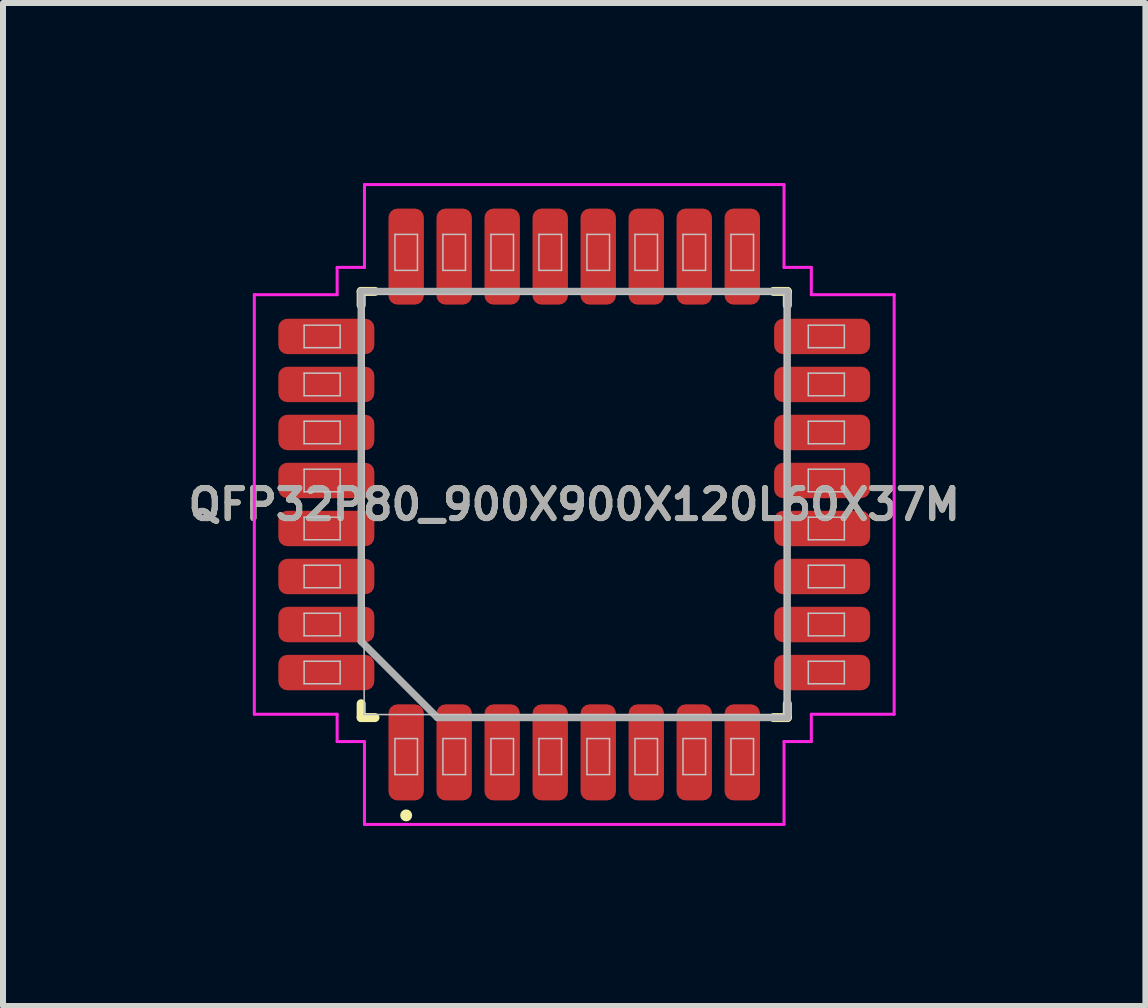
<source format=kicad_pcb>
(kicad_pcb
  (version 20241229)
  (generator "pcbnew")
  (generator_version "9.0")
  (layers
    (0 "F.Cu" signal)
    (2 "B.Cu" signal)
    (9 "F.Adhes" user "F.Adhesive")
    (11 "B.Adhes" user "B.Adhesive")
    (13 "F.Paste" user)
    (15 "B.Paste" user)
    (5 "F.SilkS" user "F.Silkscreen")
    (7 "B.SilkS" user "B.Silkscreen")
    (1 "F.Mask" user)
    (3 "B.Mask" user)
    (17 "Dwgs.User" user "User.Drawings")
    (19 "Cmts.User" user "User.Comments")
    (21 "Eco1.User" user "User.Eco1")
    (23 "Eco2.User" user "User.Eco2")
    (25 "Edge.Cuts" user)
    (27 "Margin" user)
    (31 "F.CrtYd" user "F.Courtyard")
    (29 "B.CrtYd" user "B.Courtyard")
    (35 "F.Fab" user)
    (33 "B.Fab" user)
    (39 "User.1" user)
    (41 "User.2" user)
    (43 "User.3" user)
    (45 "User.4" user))
  (footprint "QFP32P80_900X900X120L60X37M"
    (layer "F.Cu")
    (at 6.517 5.355)
    (property "Reference" "QFP32P80_900X900X120L60X37M" (at 0 0 0) (layer "F.SilkS") (effects (font (size 0.5 0.5) (thickness 0.1))))
    (attr smd)
    (fp_line (start -3.55 -3.55) (end -3.55 -3.32) (stroke (width 0.15) (type solid)) (layer "F.SilkS"))
    (fp_line (start -3.55 3.55) (end -3.55 3.32) (stroke (width 0.15) (type solid)) (layer "F.SilkS"))
    (fp_line (start -3.32 -3.55) (end -3.55 -3.55) (stroke (width 0.15) (type solid)) (layer "F.SilkS"))
    (fp_line (start -3.32 3.55) (end -3.55 3.55) (stroke (width 0.15) (type solid)) (layer "F.SilkS"))
    (fp_line (start 3.32 -3.55) (end 3.55 -3.55) (stroke (width 0.15) (type solid)) (layer "F.SilkS"))
    (fp_line (start 3.32 3.55) (end 3.55 3.55) (stroke (width 0.15) (type solid)) (layer "F.SilkS"))
    (fp_line (start 3.55 -3.55) (end 3.55 -3.32) (stroke (width 0.15) (type solid)) (layer "F.SilkS"))
    (fp_line (start 3.55 3.55) (end 3.55 3.32) (stroke (width 0.15) (type solid)) (layer "F.SilkS"))
    (fp_circle (center -2.8 5.18) (end -2.8 5.23) (stroke (width 0.1) (type solid)) (fill no) (layer "F.SilkS"))
    (fp_line (start -4.5 -2.987) (end -3.9 -2.987) (stroke (width 0.025) (type solid)) (layer "Dwgs.User"))
    (fp_line (start -4.5 -2.612) (end -4.5 -2.987) (stroke (width 0.025) (type solid)) (layer "Dwgs.User"))
    (fp_line (start -4.5 -2.188) (end -3.9 -2.188) (stroke (width 0.025) (type solid)) (layer "Dwgs.User"))
    (fp_line (start -4.5 -1.812) (end -4.5 -2.188) (stroke (width 0.025) (type solid)) (layer "Dwgs.User"))
    (fp_line (start -4.5 -1.387) (end -3.9 -1.387) (stroke (width 0.025) (type solid)) (layer "Dwgs.User"))
    (fp_line (start -4.5 -1.012) (end -4.5 -1.387) (stroke (width 0.025) (type solid)) (layer "Dwgs.User"))
    (fp_line (start -4.5 -0.588) (end -3.9 -0.588) (stroke (width 0.025) (type solid)) (layer "Dwgs.User"))
    (fp_line (start -4.5 -0.212) (end -4.5 -0.588) (stroke (width 0.025) (type solid)) (layer "Dwgs.User"))
    (fp_line (start -4.5 0.212) (end -3.9 0.212) (stroke (width 0.025) (type solid)) (layer "Dwgs.User"))
    (fp_line (start -4.5 0.588) (end -4.5 0.212) (stroke (width 0.025) (type solid)) (layer "Dwgs.User"))
    (fp_line (start -4.5 1.012) (end -3.9 1.012) (stroke (width 0.025) (type solid)) (layer "Dwgs.User"))
    (fp_line (start -4.5 1.387) (end -4.5 1.012) (stroke (width 0.025) (type solid)) (layer "Dwgs.User"))
    (fp_line (start -4.5 1.812) (end -3.9 1.812) (stroke (width 0.025) (type solid)) (layer "Dwgs.User"))
    (fp_line (start -4.5 2.188) (end -4.5 1.812) (stroke (width 0.025) (type solid)) (layer "Dwgs.User"))
    (fp_line (start -4.5 2.612) (end -3.9 2.612) (stroke (width 0.025) (type solid)) (layer "Dwgs.User"))
    (fp_line (start -4.5 2.987) (end -4.5 2.612) (stroke (width 0.025) (type solid)) (layer "Dwgs.User"))
    (fp_line (start -3.9 -2.987) (end -3.9 -2.612) (stroke (width 0.025) (type solid)) (layer "Dwgs.User"))
    (fp_line (start -3.9 -2.612) (end -4.5 -2.612) (stroke (width 0.025) (type solid)) (layer "Dwgs.User"))
    (fp_line (start -3.9 -2.188) (end -3.9 -1.812) (stroke (width 0.025) (type solid)) (layer "Dwgs.User"))
    (fp_line (start -3.9 -1.812) (end -4.5 -1.812) (stroke (width 0.025) (type solid)) (layer "Dwgs.User"))
    (fp_line (start -3.9 -1.387) (end -3.9 -1.012) (stroke (width 0.025) (type solid)) (layer "Dwgs.User"))
    (fp_line (start -3.9 -1.012) (end -4.5 -1.012) (stroke (width 0.025) (type solid)) (layer "Dwgs.User"))
    (fp_line (start -3.9 -0.588) (end -3.9 -0.212) (stroke (width 0.025) (type solid)) (layer "Dwgs.User"))
    (fp_line (start -3.9 -0.212) (end -4.5 -0.212) (stroke (width 0.025) (type solid)) (layer "Dwgs.User"))
    (fp_line (start -3.9 0.212) (end -3.9 0.588) (stroke (width 0.025) (type solid)) (layer "Dwgs.User"))
    (fp_line (start -3.9 0.588) (end -4.5 0.588) (stroke (width 0.025) (type solid)) (layer "Dwgs.User"))
    (fp_line (start -3.9 1.012) (end -3.9 1.387) (stroke (width 0.025) (type solid)) (layer "Dwgs.User"))
    (fp_line (start -3.9 1.387) (end -4.5 1.387) (stroke (width 0.025) (type solid)) (layer "Dwgs.User"))
    (fp_line (start -3.9 1.812) (end -3.9 2.188) (stroke (width 0.025) (type solid)) (layer "Dwgs.User"))
    (fp_line (start -3.9 2.188) (end -4.5 2.188) (stroke (width 0.025) (type solid)) (layer "Dwgs.User"))
    (fp_line (start -3.9 2.612) (end -3.9 2.987) (stroke (width 0.025) (type solid)) (layer "Dwgs.User"))
    (fp_line (start -3.9 2.987) (end -4.5 2.987) (stroke (width 0.025) (type solid)) (layer "Dwgs.User"))
    (fp_line (start -3.5 -3.5) (end 3.5 -3.5) (stroke (width 0.025) (type solid)) (layer "Dwgs.User"))
    (fp_line (start -3.5 3.5) (end -3.5 -3.5) (stroke (width 0.025) (type solid)) (layer "Dwgs.User"))
    (fp_line (start -2.987 -4.5) (end -2.612 -4.5) (stroke (width 0.025) (type solid)) (layer "Dwgs.User"))
    (fp_line (start -2.987 -3.9) (end -2.987 -4.5) (stroke (width 0.025) (type solid)) (layer "Dwgs.User"))
    (fp_line (start -2.987 3.9) (end -2.612 3.9) (stroke (width 0.025) (type solid)) (layer "Dwgs.User"))
    (fp_line (start -2.987 4.5) (end -2.987 3.9) (stroke (width 0.025) (type solid)) (layer "Dwgs.User"))
    (fp_line (start -2.612 -4.5) (end -2.612 -3.9) (stroke (width 0.025) (type solid)) (layer "Dwgs.User"))
    (fp_line (start -2.612 -3.9) (end -2.987 -3.9) (stroke (width 0.025) (type solid)) (layer "Dwgs.User"))
    (fp_line (start -2.612 3.9) (end -2.612 4.5) (stroke (width 0.025) (type solid)) (layer "Dwgs.User"))
    (fp_line (start -2.612 4.5) (end -2.987 4.5) (stroke (width 0.025) (type solid)) (layer "Dwgs.User"))
    (fp_line (start -2.188 -4.5) (end -1.812 -4.5) (stroke (width 0.025) (type solid)) (layer "Dwgs.User"))
    (fp_line (start -2.188 -3.9) (end -2.188 -4.5) (stroke (width 0.025) (type solid)) (layer "Dwgs.User"))
    (fp_line (start -2.188 3.9) (end -1.812 3.9) (stroke (width 0.025) (type solid)) (layer "Dwgs.User"))
    (fp_line (start -2.188 4.5) (end -2.188 3.9) (stroke (width 0.025) (type solid)) (layer "Dwgs.User"))
    (fp_line (start -1.812 -4.5) (end -1.812 -3.9) (stroke (width 0.025) (type solid)) (layer "Dwgs.User"))
    (fp_line (start -1.812 -3.9) (end -2.188 -3.9) (stroke (width 0.025) (type solid)) (layer "Dwgs.User"))
    (fp_line (start -1.812 3.9) (end -1.812 4.5) (stroke (width 0.025) (type solid)) (layer "Dwgs.User"))
    (fp_line (start -1.812 4.5) (end -2.188 4.5) (stroke (width 0.025) (type solid)) (layer "Dwgs.User"))
    (fp_line (start -1.387 -4.5) (end -1.012 -4.5) (stroke (width 0.025) (type solid)) (layer "Dwgs.User"))
    (fp_line (start -1.387 -3.9) (end -1.387 -4.5) (stroke (width 0.025) (type solid)) (layer "Dwgs.User"))
    (fp_line (start -1.387 3.9) (end -1.012 3.9) (stroke (width 0.025) (type solid)) (layer "Dwgs.User"))
    (fp_line (start -1.387 4.5) (end -1.387 3.9) (stroke (width 0.025) (type solid)) (layer "Dwgs.User"))
    (fp_line (start -1.012 -4.5) (end -1.012 -3.9) (stroke (width 0.025) (type solid)) (layer "Dwgs.User"))
    (fp_line (start -1.012 -3.9) (end -1.387 -3.9) (stroke (width 0.025) (type solid)) (layer "Dwgs.User"))
    (fp_line (start -1.012 3.9) (end -1.012 4.5) (stroke (width 0.025) (type solid)) (layer "Dwgs.User"))
    (fp_line (start -1.012 4.5) (end -1.387 4.5) (stroke (width 0.025) (type solid)) (layer "Dwgs.User"))
    (fp_line (start -0.588 -4.5) (end -0.212 -4.5) (stroke (width 0.025) (type solid)) (layer "Dwgs.User"))
    (fp_line (start -0.588 -3.9) (end -0.588 -4.5) (stroke (width 0.025) (type solid)) (layer "Dwgs.User"))
    (fp_line (start -0.588 3.9) (end -0.212 3.9) (stroke (width 0.025) (type solid)) (layer "Dwgs.User"))
    (fp_line (start -0.588 4.5) (end -0.588 3.9) (stroke (width 0.025) (type solid)) (layer "Dwgs.User"))
    (fp_line (start -0.212 -4.5) (end -0.212 -3.9) (stroke (width 0.025) (type solid)) (layer "Dwgs.User"))
    (fp_line (start -0.212 -3.9) (end -0.588 -3.9) (stroke (width 0.025) (type solid)) (layer "Dwgs.User"))
    (fp_line (start -0.212 3.9) (end -0.212 4.5) (stroke (width 0.025) (type solid)) (layer "Dwgs.User"))
    (fp_line (start -0.212 4.5) (end -0.588 4.5) (stroke (width 0.025) (type solid)) (layer "Dwgs.User"))
    (fp_line (start 0.212 -4.5) (end 0.588 -4.5) (stroke (width 0.025) (type solid)) (layer "Dwgs.User"))
    (fp_line (start 0.212 -3.9) (end 0.212 -4.5) (stroke (width 0.025) (type solid)) (layer "Dwgs.User"))
    (fp_line (start 0.212 3.9) (end 0.588 3.9) (stroke (width 0.025) (type solid)) (layer "Dwgs.User"))
    (fp_line (start 0.212 4.5) (end 0.212 3.9) (stroke (width 0.025) (type solid)) (layer "Dwgs.User"))
    (fp_line (start 0.588 -4.5) (end 0.588 -3.9) (stroke (width 0.025) (type solid)) (layer "Dwgs.User"))
    (fp_line (start 0.588 -3.9) (end 0.212 -3.9) (stroke (width 0.025) (type solid)) (layer "Dwgs.User"))
    (fp_line (start 0.588 3.9) (end 0.588 4.5) (stroke (width 0.025) (type solid)) (layer "Dwgs.User"))
    (fp_line (start 0.588 4.5) (end 0.212 4.5) (stroke (width 0.025) (type solid)) (layer "Dwgs.User"))
    (fp_line (start 1.012 -4.5) (end 1.387 -4.5) (stroke (width 0.025) (type solid)) (layer "Dwgs.User"))
    (fp_line (start 1.012 -3.9) (end 1.012 -4.5) (stroke (width 0.025) (type solid)) (layer "Dwgs.User"))
    (fp_line (start 1.012 3.9) (end 1.387 3.9) (stroke (width 0.025) (type solid)) (layer "Dwgs.User"))
    (fp_line (start 1.012 4.5) (end 1.012 3.9) (stroke (width 0.025) (type solid)) (layer "Dwgs.User"))
    (fp_line (start 1.387 -4.5) (end 1.387 -3.9) (stroke (width 0.025) (type solid)) (layer "Dwgs.User"))
    (fp_line (start 1.387 -3.9) (end 1.012 -3.9) (stroke (width 0.025) (type solid)) (layer "Dwgs.User"))
    (fp_line (start 1.387 3.9) (end 1.387 4.5) (stroke (width 0.025) (type solid)) (layer "Dwgs.User"))
    (fp_line (start 1.387 4.5) (end 1.012 4.5) (stroke (width 0.025) (type solid)) (layer "Dwgs.User"))
    (fp_line (start 1.812 -4.5) (end 2.188 -4.5) (stroke (width 0.025) (type solid)) (layer "Dwgs.User"))
    (fp_line (start 1.812 -3.9) (end 1.812 -4.5) (stroke (width 0.025) (type solid)) (layer "Dwgs.User"))
    (fp_line (start 1.812 3.9) (end 2.188 3.9) (stroke (width 0.025) (type solid)) (layer "Dwgs.User"))
    (fp_line (start 1.812 4.5) (end 1.812 3.9) (stroke (width 0.025) (type solid)) (layer "Dwgs.User"))
    (fp_line (start 2.188 -4.5) (end 2.188 -3.9) (stroke (width 0.025) (type solid)) (layer "Dwgs.User"))
    (fp_line (start 2.188 -3.9) (end 1.812 -3.9) (stroke (width 0.025) (type solid)) (layer "Dwgs.User"))
    (fp_line (start 2.188 3.9) (end 2.188 4.5) (stroke (width 0.025) (type solid)) (layer "Dwgs.User"))
    (fp_line (start 2.188 4.5) (end 1.812 4.5) (stroke (width 0.025) (type solid)) (layer "Dwgs.User"))
    (fp_line (start 2.612 -4.5) (end 2.987 -4.5) (stroke (width 0.025) (type solid)) (layer "Dwgs.User"))
    (fp_line (start 2.612 -3.9) (end 2.612 -4.5) (stroke (width 0.025) (type solid)) (layer "Dwgs.User"))
    (fp_line (start 2.612 3.9) (end 2.987 3.9) (stroke (width 0.025) (type solid)) (layer "Dwgs.User"))
    (fp_line (start 2.612 4.5) (end 2.612 3.9) (stroke (width 0.025) (type solid)) (layer "Dwgs.User"))
    (fp_line (start 2.987 -4.5) (end 2.987 -3.9) (stroke (width 0.025) (type solid)) (layer "Dwgs.User"))
    (fp_line (start 2.987 -3.9) (end 2.612 -3.9) (stroke (width 0.025) (type solid)) (layer "Dwgs.User"))
    (fp_line (start 2.987 3.9) (end 2.987 4.5) (stroke (width 0.025) (type solid)) (layer "Dwgs.User"))
    (fp_line (start 2.987 4.5) (end 2.612 4.5) (stroke (width 0.025) (type solid)) (layer "Dwgs.User"))
    (fp_line (start 3.5 -3.5) (end 3.5 3.5) (stroke (width 0.025) (type solid)) (layer "Dwgs.User"))
    (fp_line (start 3.5 3.5) (end -3.5 3.5) (stroke (width 0.025) (type solid)) (layer "Dwgs.User"))
    (fp_line (start 3.9 -2.987) (end 4.5 -2.987) (stroke (width 0.025) (type solid)) (layer "Dwgs.User"))
    (fp_line (start 3.9 -2.612) (end 3.9 -2.987) (stroke (width 0.025) (type solid)) (layer "Dwgs.User"))
    (fp_line (start 3.9 -2.188) (end 4.5 -2.188) (stroke (width 0.025) (type solid)) (layer "Dwgs.User"))
    (fp_line (start 3.9 -1.812) (end 3.9 -2.188) (stroke (width 0.025) (type solid)) (layer "Dwgs.User"))
    (fp_line (start 3.9 -1.387) (end 4.5 -1.387) (stroke (width 0.025) (type solid)) (layer "Dwgs.User"))
    (fp_line (start 3.9 -1.012) (end 3.9 -1.387) (stroke (width 0.025) (type solid)) (layer "Dwgs.User"))
    (fp_line (start 3.9 -0.588) (end 4.5 -0.588) (stroke (width 0.025) (type solid)) (layer "Dwgs.User"))
    (fp_line (start 3.9 -0.212) (end 3.9 -0.588) (stroke (width 0.025) (type solid)) (layer "Dwgs.User"))
    (fp_line (start 3.9 0.212) (end 4.5 0.212) (stroke (width 0.025) (type solid)) (layer "Dwgs.User"))
    (fp_line (start 3.9 0.588) (end 3.9 0.212) (stroke (width 0.025) (type solid)) (layer "Dwgs.User"))
    (fp_line (start 3.9 1.012) (end 4.5 1.012) (stroke (width 0.025) (type solid)) (layer "Dwgs.User"))
    (fp_line (start 3.9 1.387) (end 3.9 1.012) (stroke (width 0.025) (type solid)) (layer "Dwgs.User"))
    (fp_line (start 3.9 1.812) (end 4.5 1.812) (stroke (width 0.025) (type solid)) (layer "Dwgs.User"))
    (fp_line (start 3.9 2.188) (end 3.9 1.812) (stroke (width 0.025) (type solid)) (layer "Dwgs.User"))
    (fp_line (start 3.9 2.612) (end 4.5 2.612) (stroke (width 0.025) (type solid)) (layer "Dwgs.User"))
    (fp_line (start 3.9 2.987) (end 3.9 2.612) (stroke (width 0.025) (type solid)) (layer "Dwgs.User"))
    (fp_line (start 4.5 -2.987) (end 4.5 -2.612) (stroke (width 0.025) (type solid)) (layer "Dwgs.User"))
    (fp_line (start 4.5 -2.612) (end 3.9 -2.612) (stroke (width 0.025) (type solid)) (layer "Dwgs.User"))
    (fp_line (start 4.5 -2.188) (end 4.5 -1.812) (stroke (width 0.025) (type solid)) (layer "Dwgs.User"))
    (fp_line (start 4.5 -1.812) (end 3.9 -1.812) (stroke (width 0.025) (type solid)) (layer "Dwgs.User"))
    (fp_line (start 4.5 -1.387) (end 4.5 -1.012) (stroke (width 0.025) (type solid)) (layer "Dwgs.User"))
    (fp_line (start 4.5 -1.012) (end 3.9 -1.012) (stroke (width 0.025) (type solid)) (layer "Dwgs.User"))
    (fp_line (start 4.5 -0.588) (end 4.5 -0.212) (stroke (width 0.025) (type solid)) (layer "Dwgs.User"))
    (fp_line (start 4.5 -0.212) (end 3.9 -0.212) (stroke (width 0.025) (type solid)) (layer "Dwgs.User"))
    (fp_line (start 4.5 0.212) (end 4.5 0.588) (stroke (width 0.025) (type solid)) (layer "Dwgs.User"))
    (fp_line (start 4.5 0.588) (end 3.9 0.588) (stroke (width 0.025) (type solid)) (layer "Dwgs.User"))
    (fp_line (start 4.5 1.012) (end 4.5 1.387) (stroke (width 0.025) (type solid)) (layer "Dwgs.User"))
    (fp_line (start 4.5 1.387) (end 3.9 1.387) (stroke (width 0.025) (type solid)) (layer "Dwgs.User"))
    (fp_line (start 4.5 1.812) (end 4.5 2.188) (stroke (width 0.025) (type solid)) (layer "Dwgs.User"))
    (fp_line (start 4.5 2.188) (end 3.9 2.188) (stroke (width 0.025) (type solid)) (layer "Dwgs.User"))
    (fp_line (start 4.5 2.612) (end 4.5 2.987) (stroke (width 0.025) (type solid)) (layer "Dwgs.User"))
    (fp_line (start 4.5 2.987) (end 3.9 2.987) (stroke (width 0.025) (type solid)) (layer "Dwgs.User"))
    (fp_line (start -5.33 -3.495) (end -5.33 3.495) (stroke (width 0.05) (type solid)) (layer "F.CrtYd"))
    (fp_line (start -5.33 3.495) (end -3.95 3.495) (stroke (width 0.05) (type solid)) (layer "F.CrtYd"))
    (fp_line (start -3.95 -3.95) (end -3.95 -3.495) (stroke (width 0.05) (type solid)) (layer "F.CrtYd"))
    (fp_line (start -3.95 -3.495) (end -5.33 -3.495) (stroke (width 0.05) (type solid)) (layer "F.CrtYd"))
    (fp_line (start -3.95 3.495) (end -3.95 3.95) (stroke (width 0.05) (type solid)) (layer "F.CrtYd"))
    (fp_line (start -3.95 3.95) (end -3.495 3.95) (stroke (width 0.05) (type solid)) (layer "F.CrtYd"))
    (fp_line (start -3.495 -5.33) (end -3.495 -3.95) (stroke (width 0.05) (type solid)) (layer "F.CrtYd"))
    (fp_line (start -3.495 -3.95) (end -3.95 -3.95) (stroke (width 0.05) (type solid)) (layer "F.CrtYd"))
    (fp_line (start -3.495 3.95) (end -3.495 5.33) (stroke (width 0.05) (type solid)) (layer "F.CrtYd"))
    (fp_line (start -3.495 5.33) (end 3.495 5.33) (stroke (width 0.05) (type solid)) (layer "F.CrtYd"))
    (fp_line (start 3.495 -5.33) (end -3.495 -5.33) (stroke (width 0.05) (type solid)) (layer "F.CrtYd"))
    (fp_line (start 3.495 -3.95) (end 3.495 -5.33) (stroke (width 0.05) (type solid)) (layer "F.CrtYd"))
    (fp_line (start 3.495 3.95) (end 3.95 3.95) (stroke (width 0.05) (type solid)) (layer "F.CrtYd"))
    (fp_line (start 3.495 5.33) (end 3.495 3.95) (stroke (width 0.05) (type solid)) (layer "F.CrtYd"))
    (fp_line (start 3.95 -3.95) (end 3.495 -3.95) (stroke (width 0.05) (type solid)) (layer "F.CrtYd"))
    (fp_line (start 3.95 -3.495) (end 3.95 -3.95) (stroke (width 0.05) (type solid)) (layer "F.CrtYd"))
    (fp_line (start 3.95 3.495) (end 5.33 3.495) (stroke (width 0.05) (type solid)) (layer "F.CrtYd"))
    (fp_line (start 3.95 3.95) (end 3.95 3.495) (stroke (width 0.05) (type solid)) (layer "F.CrtYd"))
    (fp_line (start 5.33 -3.495) (end 3.95 -3.495) (stroke (width 0.05) (type solid)) (layer "F.CrtYd"))
    (fp_line (start 5.33 3.495) (end 5.33 -3.495) (stroke (width 0.05) (type solid)) (layer "F.CrtYd"))
    (fp_line (start -3.55 -3.55) (end 3.55 -3.55) (stroke (width 0.12) (type solid)) (layer "F.Fab"))
    (fp_line (start -3.55 2.28) (end -3.55 -3.55) (stroke (width 0.12) (type solid)) (layer "F.Fab"))
    (fp_line (start -2.28 3.55) (end -3.55 2.28) (stroke (width 0.12) (type solid)) (layer "F.Fab"))
    (fp_line (start 3.55 -3.55) (end 3.55 3.55) (stroke (width 0.12) (type solid)) (layer "F.Fab"))
    (fp_line (start 3.55 3.55) (end -2.28 3.55) (stroke (width 0.12) (type solid)) (layer "F.Fab"))
    (fp_text user "${REFERENCE}" (at 0 0 0) (layer "F.Fab") (effects (font (size 0.5 0.5) (thickness 0.1))))
    (pad "1" smd roundrect (at -2.8 4.13 90) (size 1.6 0.59) (layers "F.Cu" "F.Mask" "F.Paste") (roundrect_rratio 0.254))
    (pad "2" smd roundrect (at -2 4.13 90) (size 1.6 0.59) (layers "F.Cu" "F.Mask" "F.Paste") (roundrect_rratio 0.254))
    (pad "3" smd roundrect (at -1.2 4.13 90) (size 1.6 0.59) (layers "F.Cu" "F.Mask" "F.Paste") (roundrect_rratio 0.254))
    (pad "4" smd roundrect (at -0.4 4.13 90) (size 1.6 0.59) (layers "F.Cu" "F.Mask" "F.Paste") (roundrect_rratio 0.254))
    (pad "5" smd roundrect (at 0.4 4.13 90) (size 1.6 0.59) (layers "F.Cu" "F.Mask" "F.Paste") (roundrect_rratio 0.254))
    (pad "6" smd roundrect (at 1.2 4.13 90) (size 1.6 0.59) (layers "F.Cu" "F.Mask" "F.Paste") (roundrect_rratio 0.254))
    (pad "7" smd roundrect (at 2 4.13 90) (size 1.6 0.59) (layers "F.Cu" "F.Mask" "F.Paste") (roundrect_rratio 0.254))
    (pad "8" smd roundrect (at 2.8 4.13 90) (size 1.6 0.59) (layers "F.Cu" "F.Mask" "F.Paste") (roundrect_rratio 0.254))
    (pad "9" smd roundrect (at 4.13 2.8) (size 1.6 0.59) (layers "F.Cu" "F.Mask" "F.Paste") (roundrect_rratio 0.254))
    (pad "10" smd roundrect (at 4.13 2) (size 1.6 0.59) (layers "F.Cu" "F.Mask" "F.Paste") (roundrect_rratio 0.254))
    (pad "11" smd roundrect (at 4.13 1.2) (size 1.6 0.59) (layers "F.Cu" "F.Mask" "F.Paste") (roundrect_rratio 0.254))
    (pad "12" smd roundrect (at 4.13 0.4) (size 1.6 0.59) (layers "F.Cu" "F.Mask" "F.Paste") (roundrect_rratio 0.254))
    (pad "13" smd roundrect (at 4.13 -0.4) (size 1.6 0.59) (layers "F.Cu" "F.Mask" "F.Paste") (roundrect_rratio 0.254))
    (pad "14" smd roundrect (at 4.13 -1.2) (size 1.6 0.59) (layers "F.Cu" "F.Mask" "F.Paste") (roundrect_rratio 0.254))
    (pad "15" smd roundrect (at 4.13 -2) (size 1.6 0.59) (layers "F.Cu" "F.Mask" "F.Paste") (roundrect_rratio 0.254))
    (pad "16" smd roundrect (at 4.13 -2.8) (size 1.6 0.59) (layers "F.Cu" "F.Mask" "F.Paste") (roundrect_rratio 0.254))
    (pad "17" smd roundrect (at 2.8 -4.13 90) (size 1.6 0.59) (layers "F.Cu" "F.Mask" "F.Paste") (roundrect_rratio 0.254))
    (pad "18" smd roundrect (at 2 -4.13 90) (size 1.6 0.59) (layers "F.Cu" "F.Mask" "F.Paste") (roundrect_rratio 0.254))
    (pad "19" smd roundrect (at 1.2 -4.13 90) (size 1.6 0.59) (layers "F.Cu" "F.Mask" "F.Paste") (roundrect_rratio 0.254))
    (pad "20" smd roundrect (at 0.4 -4.13 90) (size 1.6 0.59) (layers "F.Cu" "F.Mask" "F.Paste") (roundrect_rratio 0.254))
    (pad "21" smd roundrect (at -0.4 -4.13 90) (size 1.6 0.59) (layers "F.Cu" "F.Mask" "F.Paste") (roundrect_rratio 0.254))
    (pad "22" smd roundrect (at -1.2 -4.13 90) (size 1.6 0.59) (layers "F.Cu" "F.Mask" "F.Paste") (roundrect_rratio 0.254))
    (pad "23" smd roundrect (at -2 -4.13 90) (size 1.6 0.59) (layers "F.Cu" "F.Mask" "F.Paste") (roundrect_rratio 0.254))
    (pad "24" smd roundrect (at -2.8 -4.13 90) (size 1.6 0.59) (layers "F.Cu" "F.Mask" "F.Paste") (roundrect_rratio 0.254))
    (pad "25" smd roundrect (at -4.13 -2.8) (size 1.6 0.59) (layers "F.Cu" "F.Mask" "F.Paste") (roundrect_rratio 0.254))
    (pad "26" smd roundrect (at -4.13 -2) (size 1.6 0.59) (layers "F.Cu" "F.Mask" "F.Paste") (roundrect_rratio 0.254))
    (pad "27" smd roundrect (at -4.13 -1.2) (size 1.6 0.59) (layers "F.Cu" "F.Mask" "F.Paste") (roundrect_rratio 0.254))
    (pad "28" smd roundrect (at -4.13 -0.4) (size 1.6 0.59) (layers "F.Cu" "F.Mask" "F.Paste") (roundrect_rratio 0.254))
    (pad "29" smd roundrect (at -4.13 0.4) (size 1.6 0.59) (layers "F.Cu" "F.Mask" "F.Paste") (roundrect_rratio 0.254))
    (pad "30" smd roundrect (at -4.13 1.2) (size 1.6 0.59) (layers "F.Cu" "F.Mask" "F.Paste") (roundrect_rratio 0.254))
    (pad "31" smd roundrect (at -4.13 2) (size 1.6 0.59) (layers "F.Cu" "F.Mask" "F.Paste") (roundrect_rratio 0.254))
    (pad "32" smd roundrect (at -4.13 2.8) (size 1.6 0.59) (layers "F.Cu" "F.Mask" "F.Paste") (roundrect_rratio 0.254)))
  (gr_rect
    (start -3 -3)
    (end 16.033 13.71)
    (stroke (width 0.1) (type default))
    (fill no)
    (layer "Edge.Cuts")))
</source>
